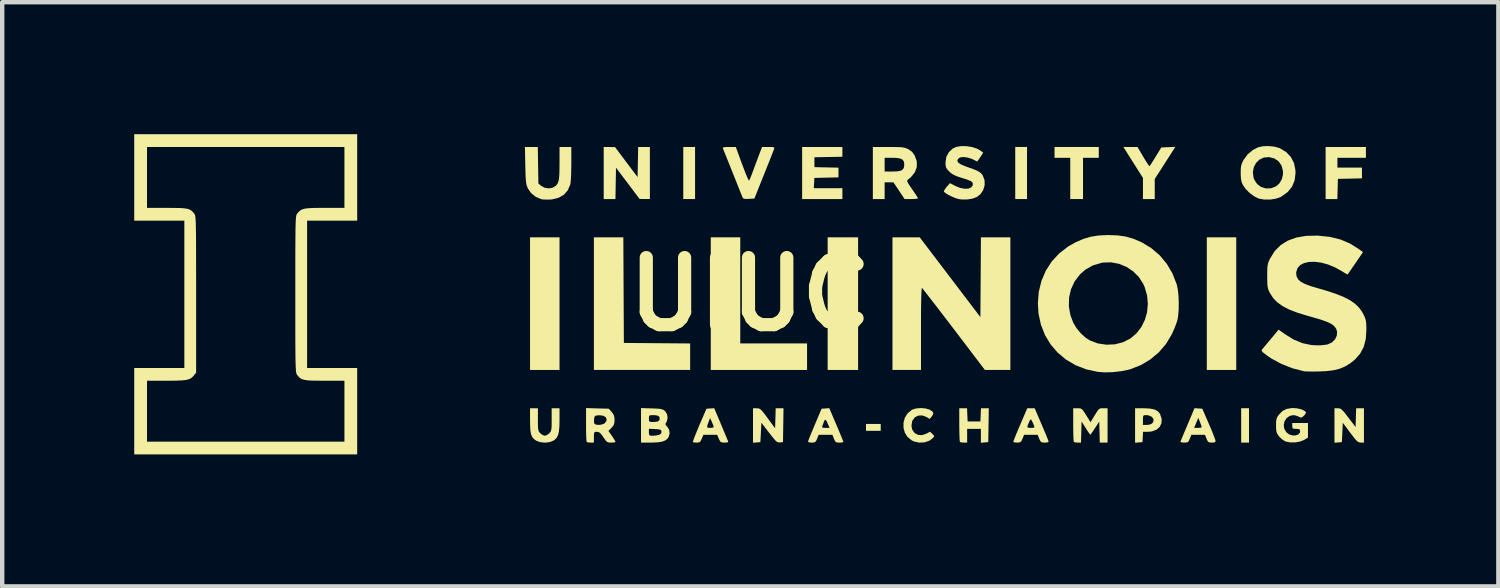
<source format=kicad_pcb>
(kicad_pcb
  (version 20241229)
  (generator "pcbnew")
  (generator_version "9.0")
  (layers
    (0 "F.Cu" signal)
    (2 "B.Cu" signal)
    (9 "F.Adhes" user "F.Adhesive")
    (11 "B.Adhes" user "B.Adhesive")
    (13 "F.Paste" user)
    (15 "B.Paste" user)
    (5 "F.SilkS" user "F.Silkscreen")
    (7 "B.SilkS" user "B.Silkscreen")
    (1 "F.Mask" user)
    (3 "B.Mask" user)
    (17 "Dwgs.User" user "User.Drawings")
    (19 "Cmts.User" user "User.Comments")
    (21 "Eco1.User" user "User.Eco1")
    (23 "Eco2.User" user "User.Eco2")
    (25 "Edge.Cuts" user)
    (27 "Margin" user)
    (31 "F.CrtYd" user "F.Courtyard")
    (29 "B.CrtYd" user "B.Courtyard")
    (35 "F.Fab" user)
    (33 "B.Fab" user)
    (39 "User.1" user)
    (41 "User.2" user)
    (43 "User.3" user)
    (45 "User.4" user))
  (footprint "UIUC"
    (layer "F.Cu")
    (at 13.995 3.638)
    (property "Reference" "UIUC" (at 0 0 0) (layer "F.SilkS") (effects (font (size 1.524 1.524) (thickness 0.3))))
    (attr board_only exclude_from_pos_files exclude_from_bom)
    (fp_poly (pts (xy -4.33 1.719) (xy -5 1.719) (xy -5 -1.295) (xy -4.33 -1.295)) (stroke (width 0) (type solid)) (fill yes) (layer "F.SilkS"))
    (fp_poly (pts (xy -1.25 -2.165) (xy -1.518 -2.165) (xy -1.518 -3.348) (xy -1.25 -3.348)) (stroke (width 0) (type solid)) (fill yes) (layer "F.SilkS"))
    (fp_poly (pts (xy 2.455 1.719) (xy 1.763 1.719) (xy 1.763 -1.295) (xy 2.455 -1.295)) (stroke (width 0) (type solid)) (fill yes) (layer "F.SilkS"))
    (fp_poly (pts (xy 2.969 3.102) (xy 2.634 3.102) (xy 2.634 2.946) (xy 2.969 2.946)) (stroke (width 0) (type solid)) (fill yes) (layer "F.SilkS"))
    (fp_poly (pts (xy 6.294 -2.165) (xy 6.026 -2.165) (xy 6.026 -3.348) (xy 6.294 -3.348)) (stroke (width 0) (type solid)) (fill yes) (layer "F.SilkS"))
    (fp_poly (pts (xy 11.048 1.719) (xy 10.379 1.719) (xy 10.379 -1.295) (xy 11.048 -1.295)) (stroke (width 0) (type solid)) (fill yes) (layer "F.SilkS"))
    (fp_poly (pts (xy 11.338 3.37) (xy 11.16 3.37) (xy 11.16 2.589) (xy 11.338 2.589)) (stroke (width 0) (type solid)) (fill yes) (layer "F.SilkS"))
    (fp_poly (pts (xy -0.223 1.116) (xy 1.295 1.116) (xy 1.295 1.719) (xy -0.893 1.719) (xy -0.893 -1.295) (xy -0.223 -1.295)) (stroke (width 0) (type solid)) (fill yes) (layer "F.SilkS"))
    (fp_poly (pts (xy -2.874 -0.095) (xy -2.868 1.105) (xy -2.115 1.111) (xy -1.362 1.117) (xy -1.362 1.719) (xy -3.549 1.719) (xy -3.549 -1.295) (xy -2.88 -1.295)) (stroke (width 0) (type solid)) (fill yes) (layer "F.SilkS"))
    (fp_poly (pts (xy 7.924 -3.102) (xy 7.566 -3.102) (xy 7.566 -2.165) (xy 7.276 -2.165) (xy 7.276 -3.102) (xy 6.919 -3.102) (xy 6.919 -3.348) (xy 7.924 -3.348)) (stroke (width 0) (type solid)) (fill yes) (layer "F.SilkS"))
    (fp_poly (pts (xy -2.277 -2.165) (xy -2.394 -2.166) (xy -2.511 -2.167) (xy -3.047 -2.878) (xy -3.059 -2.165) (xy -3.326 -2.165) (xy -3.326 -3.348) (xy -3.197 -3.347) (xy -3.069 -3.346) (xy -2.556 -2.663) (xy -2.543 -3.348) (xy -2.277 -3.348)) (stroke (width 0) (type solid)) (fill yes) (layer "F.SilkS"))
    (fp_poly (pts (xy 13.995 -3.102) (xy 13.347 -3.102) (xy 13.347 -2.879) (xy 13.905 -2.879) (xy 13.905 -2.635) (xy 13.632 -2.629) (xy 13.358 -2.623) (xy 13.352 -2.394) (xy 13.346 -2.165) (xy 13.079 -2.165) (xy 13.079 -3.348) (xy 13.995 -3.348)) (stroke (width 0) (type solid)) (fill yes) (layer "F.SilkS"))
    (fp_poly (pts (xy 2.098 -3.126) (xy 1.78 -3.12) (xy 1.462 -3.114) (xy 1.462 -2.89) (xy 1.735 -2.884) (xy 2.009 -2.878) (xy 2.009 -2.657) (xy 1.735 -2.651) (xy 1.462 -2.645) (xy 1.455 -2.528) (xy 1.448 -2.411) (xy 2.098 -2.411) (xy 2.098 -2.165) (xy 1.183 -2.165) (xy 1.183 -3.348) (xy 2.098 -3.348)) (stroke (width 0) (type solid)) (fill yes) (layer "F.SilkS"))
    (fp_poly (pts (xy 9.43 -2.985) (xy 9.196 -2.62) (xy 9.196 -2.165) (xy 8.928 -2.165) (xy 8.928 -2.405) (xy 8.928 -2.645) (xy 8.706 -2.996) (xy 8.483 -3.348) (xy 8.644 -3.348) (xy 8.805 -3.347) (xy 8.936 -3.123) (xy 8.989 -3.037) (xy 9.033 -2.968) (xy 9.065 -2.924) (xy 9.079 -2.911) (xy 9.095 -2.934) (xy 9.128 -2.986) (xy 9.175 -3.06) (xy 9.218 -3.13) (xy 9.345 -3.337) (xy 9.664 -3.35)) (stroke (width 0) (type solid)) (fill yes) (layer "F.SilkS"))
    (fp_poly (pts (xy 4.937 2.74) (xy 4.944 2.89) (xy 5.234 2.89) (xy 5.247 2.589) (xy 5.425 2.589) (xy 5.419 2.974) (xy 5.413 3.359) (xy 5.329 3.366) (xy 5.245 3.373) (xy 5.245 3.058) (xy 4.933 3.058) (xy 4.933 3.37) (xy 4.858 3.37) (xy 4.803 3.366) (xy 4.77 3.356) (xy 4.769 3.355) (xy 4.764 3.329) (xy 4.76 3.266) (xy 4.757 3.174) (xy 4.755 3.059) (xy 4.754 2.965) (xy 4.754 2.589) (xy 4.931 2.589)) (stroke (width 0) (type solid)) (fill yes) (layer "F.SilkS"))
    (fp_poly (pts (xy 13.392 2.592) (xy 13.423 2.604) (xy 13.457 2.631) (xy 13.501 2.679) (xy 13.56 2.755) (xy 13.597 2.803) (xy 13.76 3.016) (xy 13.773 2.589) (xy 13.95 2.589) (xy 13.95 3.37) (xy 13.877 3.369) (xy 13.845 3.366) (xy 13.814 3.352) (xy 13.779 3.322) (xy 13.734 3.271) (xy 13.673 3.191) (xy 13.637 3.144) (xy 13.47 2.919) (xy 13.459 3.139) (xy 13.448 3.359) (xy 13.364 3.366) (xy 13.28 3.373) (xy 13.28 2.589) (xy 13.357 2.589)) (stroke (width 0) (type solid)) (fill yes) (layer "F.SilkS"))
    (fp_poly (pts (xy 0.754 2.974) (xy 0.748 3.359) (xy 0.677 3.366) (xy 0.646 3.366) (xy 0.618 3.357) (xy 0.586 3.333) (xy 0.545 3.288) (xy 0.488 3.217) (xy 0.432 3.145) (xy 0.257 2.918) (xy 0.246 3.138) (xy 0.234 3.359) (xy 0.151 3.366) (xy 0.067 3.373) (xy 0.067 2.589) (xy 0.151 2.59) (xy 0.187 2.592) (xy 0.217 2.602) (xy 0.249 2.625) (xy 0.288 2.668) (xy 0.341 2.735) (xy 0.402 2.818) (xy 0.569 3.045) (xy 0.576 2.817) (xy 0.582 2.589) (xy 0.76 2.589)) (stroke (width 0) (type solid)) (fill yes) (layer "F.SilkS"))
    (fp_poly (pts (xy 4.545 -0.388) (xy 5.234 0.518) (xy 5.24 -0.388) (xy 5.246 -1.295) (xy 5.915 -1.295) (xy 5.915 1.719) (xy 5.336 1.719) (xy 4.632 0.793) (xy 4.496 0.615) (xy 4.368 0.448) (xy 4.25 0.294) (xy 4.145 0.159) (xy 4.056 0.044) (xy 3.985 -0.047) (xy 3.935 -0.11) (xy 3.909 -0.142) (xy 3.905 -0.146) (xy 3.9 -0.127) (xy 3.895 -0.066) (xy 3.891 0.037) (xy 3.888 0.18) (xy 3.885 0.361) (xy 3.884 0.579) (xy 3.884 0.78) (xy 3.884 1.719) (xy 3.236 1.719) (xy 3.236 -1.295) (xy 3.855 -1.295)) (stroke (width 0) (type solid)) (fill yes) (layer "F.SilkS"))
    (fp_poly (pts (xy 9.083 2.596) (xy 9.189 2.617) (xy 9.263 2.655) (xy 9.312 2.711) (xy 9.317 2.72) (xy 9.353 2.829) (xy 9.349 2.929) (xy 9.308 3.014) (xy 9.233 3.078) (xy 9.129 3.116) (xy 9.042 3.125) (xy 8.93 3.125) (xy 8.924 3.242) (xy 8.917 3.359) (xy 8.833 3.366) (xy 8.749 3.373) (xy 8.749 2.969) (xy 8.928 2.969) (xy 9.016 2.969) (xy 9.085 2.959) (xy 9.135 2.937) (xy 9.138 2.933) (xy 9.17 2.879) (xy 9.163 2.825) (xy 9.123 2.78) (xy 9.056 2.751) (xy 9.001 2.745) (xy 8.958 2.747) (xy 8.936 2.761) (xy 8.929 2.798) (xy 8.928 2.857) (xy 8.928 2.969) (xy 8.749 2.969) (xy 8.749 2.589) (xy 8.94 2.589)) (stroke (width 0) (type solid)) (fill yes) (layer "F.SilkS"))
    (fp_poly (pts (xy -4.821 2.847) (xy -4.821 2.958) (xy -4.818 3.035) (xy -4.811 3.085) (xy -4.799 3.119) (xy -4.78 3.145) (xy -4.766 3.159) (xy -4.716 3.197) (xy -4.667 3.214) (xy -4.665 3.214) (xy -4.618 3.199) (xy -4.566 3.162) (xy -4.563 3.159) (xy -4.54 3.133) (xy -4.524 3.104) (xy -4.515 3.064) (xy -4.51 3.002) (xy -4.509 2.91) (xy -4.509 2.847) (xy -4.509 2.589) (xy -4.33 2.589) (xy -4.33 2.858) (xy -4.333 3.007) (xy -4.344 3.119) (xy -4.364 3.202) (xy -4.396 3.262) (xy -4.442 3.307) (xy -4.468 3.325) (xy -4.56 3.36) (xy -4.67 3.371) (xy -4.779 3.358) (xy -4.859 3.327) (xy -4.913 3.288) (xy -4.951 3.241) (xy -4.977 3.18) (xy -4.992 3.096) (xy -4.998 2.981) (xy -5 2.869) (xy -5 2.589) (xy -4.821 2.589)) (stroke (width 0) (type solid)) (fill yes) (layer "F.SilkS"))
    (fp_poly (pts (xy 7.49 2.591) (xy 7.525 2.6) (xy 7.555 2.625) (xy 7.59 2.672) (xy 7.638 2.747) (xy 7.737 2.906) (xy 7.833 2.747) (xy 7.881 2.67) (xy 7.915 2.623) (xy 7.944 2.599) (xy 7.979 2.59) (xy 8.027 2.589) (xy 8.124 2.589) (xy 8.124 3.37) (xy 7.947 3.37) (xy 7.941 3.131) (xy 7.935 2.892) (xy 7.837 3.042) (xy 7.791 3.112) (xy 7.754 3.164) (xy 7.734 3.19) (xy 7.732 3.192) (xy 7.717 3.174) (xy 7.685 3.128) (xy 7.641 3.062) (xy 7.628 3.041) (xy 7.533 2.89) (xy 7.527 3.13) (xy 7.52 3.37) (xy 7.447 3.37) (xy 7.392 3.366) (xy 7.359 3.356) (xy 7.358 3.355) (xy 7.353 3.329) (xy 7.349 3.266) (xy 7.346 3.174) (xy 7.344 3.059) (xy 7.343 2.965) (xy 7.343 2.589) (xy 7.441 2.589)) (stroke (width 0) (type solid)) (fill yes) (layer "F.SilkS"))
    (fp_poly (pts (xy 3.984 2.593) (xy 4.072 2.618) (xy 4.088 2.626) (xy 4.146 2.666) (xy 4.165 2.703) (xy 4.149 2.747) (xy 4.129 2.774) (xy 4.083 2.833) (xy 4.011 2.789) (xy 3.917 2.753) (xy 3.827 2.755) (xy 3.749 2.792) (xy 3.694 2.863) (xy 3.683 2.891) (xy 3.667 2.994) (xy 3.688 3.082) (xy 3.738 3.15) (xy 3.811 3.192) (xy 3.899 3.201) (xy 3.996 3.172) (xy 3.999 3.17) (xy 4.09 3.122) (xy 4.143 3.172) (xy 4.178 3.208) (xy 4.181 3.233) (xy 4.157 3.265) (xy 4.071 3.329) (xy 3.962 3.365) (xy 3.842 3.37) (xy 3.725 3.344) (xy 3.672 3.319) (xy 3.579 3.243) (xy 3.517 3.145) (xy 3.487 3.033) (xy 3.487 2.916) (xy 3.518 2.804) (xy 3.58 2.705) (xy 3.672 2.629) (xy 3.687 2.62) (xy 3.772 2.594) (xy 3.877 2.585)) (stroke (width 0) (type solid)) (fill yes) (layer "F.SilkS"))
    (fp_poly (pts (xy -4.817 -2.933) (xy -4.81 -2.518) (xy -4.747 -2.464) (xy -4.667 -2.421) (xy -4.574 -2.407) (xy -4.484 -2.423) (xy -4.414 -2.467) (xy -4.385 -2.5) (xy -4.364 -2.538) (xy -4.349 -2.587) (xy -4.339 -2.656) (xy -4.333 -2.749) (xy -4.331 -2.875) (xy -4.33 -3.005) (xy -4.33 -3.348) (xy -4.062 -3.348) (xy -4.062 -2.963) (xy -4.064 -2.83) (xy -4.067 -2.707) (xy -4.073 -2.603) (xy -4.079 -2.528) (xy -4.085 -2.497) (xy -4.142 -2.365) (xy -4.231 -2.263) (xy -4.351 -2.194) (xy -4.498 -2.157) (xy -4.535 -2.154) (xy -4.623 -2.152) (xy -4.705 -2.156) (xy -4.749 -2.163) (xy -4.873 -2.216) (xy -4.978 -2.303) (xy -5.047 -2.403) (xy -5.066 -2.445) (xy -5.079 -2.486) (xy -5.089 -2.536) (xy -5.096 -2.601) (xy -5.101 -2.69) (xy -5.105 -2.809) (xy -5.108 -2.929) (xy -5.116 -3.348) (xy -4.824 -3.348)) (stroke (width 0) (type solid)) (fill yes) (layer "F.SilkS"))
    (fp_poly (pts (xy 10.188 2.594) (xy 10.277 2.6) (xy 10.427 2.946) (xy 10.477 3.063) (xy 10.52 3.168) (xy 10.553 3.254) (xy 10.573 3.311) (xy 10.578 3.331) (xy 10.569 3.358) (xy 10.533 3.369) (xy 10.494 3.37) (xy 10.438 3.366) (xy 10.405 3.347) (xy 10.38 3.3) (xy 10.373 3.281) (xy 10.338 3.192) (xy 10.028 3.192) (xy 9.993 3.281) (xy 9.968 3.337) (xy 9.939 3.363) (xy 9.89 3.37) (xy 9.865 3.37) (xy 9.81 3.366) (xy 9.781 3.355) (xy 9.78 3.349) (xy 9.791 3.323) (xy 9.816 3.262) (xy 9.852 3.174) (xy 9.898 3.066) (xy 9.911 3.035) (xy 10.091 3.035) (xy 10.181 3.035) (xy 10.237 3.033) (xy 10.259 3.022) (xy 10.257 2.994) (xy 10.255 2.987) (xy 10.234 2.929) (xy 10.212 2.874) (xy 10.185 2.809) (xy 10.138 2.922) (xy 10.091 3.035) (xy 9.911 3.035) (xy 9.943 2.958) (xy 10.1 2.588)) (stroke (width 0) (type solid)) (fill yes) (layer "F.SilkS"))
    (fp_poly (pts (xy 1.96 2.962) (xy 2.011 3.082) (xy 2.055 3.188) (xy 2.09 3.273) (xy 2.113 3.331) (xy 2.12 3.354) (xy 2.101 3.364) (xy 2.051 3.37) (xy 2.031 3.37) (xy 1.973 3.367) (xy 1.94 3.348) (xy 1.914 3.302) (xy 1.906 3.281) (xy 1.87 3.192) (xy 1.559 3.192) (xy 1.524 3.281) (xy 1.498 3.338) (xy 1.469 3.363) (xy 1.421 3.37) (xy 1.403 3.37) (xy 1.348 3.365) (xy 1.319 3.353) (xy 1.317 3.349) (xy 1.325 3.322) (xy 1.348 3.262) (xy 1.383 3.174) (xy 1.428 3.067) (xy 1.447 3.021) (xy 1.637 3.021) (xy 1.658 3.033) (xy 1.715 3.035) (xy 1.806 3.035) (xy 1.771 2.952) (xy 1.739 2.881) (xy 1.715 2.851) (xy 1.696 2.858) (xy 1.679 2.894) (xy 1.657 2.954) (xy 1.64 2.996) (xy 1.637 3.021) (xy 1.447 3.021) (xy 1.471 2.964) (xy 1.625 2.6) (xy 1.712 2.594) (xy 1.8 2.587)) (stroke (width 0) (type solid)) (fill yes) (layer "F.SilkS"))
    (fp_poly (pts (xy -0.658 2.959) (xy -0.608 3.08) (xy -0.563 3.186) (xy -0.528 3.271) (xy -0.504 3.328) (xy -0.495 3.351) (xy -0.51 3.363) (xy -0.556 3.37) (xy -0.58 3.37) (xy -0.64 3.367) (xy -0.674 3.349) (xy -0.7 3.304) (xy -0.71 3.281) (xy -0.748 3.192) (xy -1.06 3.192) (xy -1.098 3.281) (xy -1.126 3.338) (xy -1.156 3.364) (xy -1.204 3.37) (xy -1.211 3.37) (xy -1.266 3.367) (xy -1.298 3.359) (xy -1.3 3.358) (xy -1.295 3.334) (xy -1.275 3.277) (xy -1.242 3.192) (xy -1.199 3.086) (xy -1.17 3.016) (xy -0.977 3.016) (xy -0.962 3.032) (xy -0.921 3.035) (xy -0.904 3.035) (xy -0.852 3.031) (xy -0.827 3.018) (xy -0.826 3.016) (xy -0.834 2.985) (xy -0.856 2.93) (xy -0.867 2.903) (xy -0.909 2.811) (xy -0.945 2.907) (xy -0.971 2.978) (xy -0.977 3.016) (xy -1.17 3.016) (xy -1.152 2.973) (xy -0.991 2.6) (xy -0.903 2.594) (xy -0.815 2.588)) (stroke (width 0) (type solid)) (fill yes) (layer "F.SilkS"))
    (fp_poly (pts (xy 6.626 2.959) (xy 6.677 3.079) (xy 6.722 3.185) (xy 6.756 3.27) (xy 6.778 3.327) (xy 6.785 3.35) (xy 6.765 3.363) (xy 6.716 3.37) (xy 6.696 3.37) (xy 6.638 3.367) (xy 6.605 3.348) (xy 6.579 3.302) (xy 6.571 3.281) (xy 6.535 3.192) (xy 6.227 3.192) (xy 6.191 3.281) (xy 6.165 3.337) (xy 6.136 3.363) (xy 6.088 3.37) (xy 6.069 3.37) (xy 6.014 3.366) (xy 5.984 3.354) (xy 5.982 3.35) (xy 5.99 3.323) (xy 6.014 3.263) (xy 6.049 3.176) (xy 6.094 3.068) (xy 6.116 3.017) (xy 6.301 3.017) (xy 6.32 3.032) (xy 6.367 3.035) (xy 6.383 3.035) (xy 6.439 3.034) (xy 6.46 3.023) (xy 6.456 2.994) (xy 6.45 2.978) (xy 6.423 2.914) (xy 6.402 2.872) (xy 6.385 2.845) (xy 6.37 2.846) (xy 6.351 2.881) (xy 6.337 2.913) (xy 6.308 2.981) (xy 6.301 3.017) (xy 6.116 3.017) (xy 6.141 2.959) (xy 6.299 2.589) (xy 6.468 2.589)) (stroke (width 0) (type solid)) (fill yes) (layer "F.SilkS"))
    (fp_poly (pts (xy 0.494 -3.347) (xy 0.536 -3.341) (xy 0.551 -3.328) (xy 0.549 -3.309) (xy 0.537 -3.278) (xy 0.512 -3.212) (xy 0.474 -3.117) (xy 0.427 -2.997) (xy 0.372 -2.86) (xy 0.317 -2.723) (xy 0.098 -2.176) (xy -0.029 -2.169) (xy -0.103 -2.167) (xy -0.144 -2.174) (xy -0.166 -2.192) (xy -0.176 -2.214) (xy -0.19 -2.249) (xy -0.218 -2.318) (xy -0.257 -2.416) (xy -0.305 -2.537) (xy -0.36 -2.674) (xy -0.402 -2.779) (xy -0.459 -2.922) (xy -0.511 -3.051) (xy -0.555 -3.162) (xy -0.59 -3.248) (xy -0.612 -3.303) (xy -0.619 -3.32) (xy -0.612 -3.336) (xy -0.574 -3.345) (xy -0.499 -3.348) (xy -0.477 -3.348) (xy -0.324 -3.348) (xy -0.181 -2.956) (xy -0.135 -2.835) (xy -0.094 -2.73) (xy -0.06 -2.649) (xy -0.035 -2.598) (xy -0.023 -2.582) (xy -0.022 -2.583) (xy -0.009 -2.61) (xy 0.016 -2.669) (xy 0.048 -2.75) (xy 0.067 -2.801) (xy 0.109 -2.916) (xy 0.156 -3.041) (xy 0.198 -3.153) (xy 0.206 -3.175) (xy 0.272 -3.348) (xy 0.416 -3.348)) (stroke (width 0) (type solid)) (fill yes) (layer "F.SilkS"))
    (fp_poly (pts (xy 3.278 -3.347) (xy 3.378 -3.345) (xy 3.45 -3.341) (xy 3.504 -3.332) (xy 3.547 -3.319) (xy 3.588 -3.301) (xy 3.594 -3.298) (xy 3.68 -3.24) (xy 3.739 -3.157) (xy 3.744 -3.148) (xy 3.789 -3.018) (xy 3.789 -2.893) (xy 3.746 -2.775) (xy 3.66 -2.667) (xy 3.588 -2.606) (xy 3.573 -2.591) (xy 3.571 -2.569) (xy 3.586 -2.534) (xy 3.62 -2.479) (xy 3.677 -2.396) (xy 3.682 -2.388) (xy 3.738 -2.308) (xy 3.782 -2.241) (xy 3.809 -2.196) (xy 3.816 -2.182) (xy 3.796 -2.173) (xy 3.743 -2.167) (xy 3.667 -2.165) (xy 3.664 -2.165) (xy 3.511 -2.165) (xy 3.385 -2.355) (xy 3.258 -2.544) (xy 3.058 -2.544) (xy 3.058 -2.165) (xy 2.79 -2.165) (xy 2.79 -2.79) (xy 3.058 -2.79) (xy 3.231 -2.79) (xy 3.345 -2.794) (xy 3.421 -2.809) (xy 3.455 -2.825) (xy 3.491 -2.866) (xy 3.504 -2.931) (xy 3.504 -2.946) (xy 3.496 -3.014) (xy 3.466 -3.059) (xy 3.41 -3.087) (xy 3.32 -3.1) (xy 3.231 -3.102) (xy 3.058 -3.102) (xy 3.058 -2.79) (xy 2.79 -2.79) (xy 2.79 -3.348) (xy 3.142 -3.348)) (stroke (width 0) (type solid)) (fill yes) (layer "F.SilkS"))
    (fp_poly (pts (xy 12.433 2.592) (xy 12.517 2.611) (xy 12.585 2.639) (xy 12.626 2.67) (xy 12.633 2.688) (xy 12.618 2.721) (xy 12.582 2.763) (xy 12.581 2.764) (xy 12.541 2.796) (xy 12.508 2.799) (xy 12.464 2.779) (xy 12.402 2.755) (xy 12.35 2.745) (xy 12.26 2.764) (xy 12.191 2.815) (xy 12.145 2.888) (xy 12.127 2.973) (xy 12.141 3.061) (xy 12.191 3.14) (xy 12.252 3.184) (xy 12.324 3.206) (xy 12.396 3.206) (xy 12.456 3.186) (xy 12.493 3.146) (xy 12.499 3.114) (xy 12.494 3.078) (xy 12.472 3.062) (xy 12.418 3.058) (xy 12.41 3.058) (xy 12.353 3.055) (xy 12.327 3.041) (xy 12.321 3.005) (xy 12.321 2.991) (xy 12.321 2.924) (xy 12.678 2.924) (xy 12.678 3.255) (xy 12.594 3.307) (xy 12.502 3.345) (xy 12.39 3.365) (xy 12.274 3.366) (xy 12.174 3.346) (xy 12.146 3.334) (xy 12.084 3.291) (xy 12.023 3.232) (xy 12.012 3.218) (xy 11.98 3.169) (xy 11.961 3.12) (xy 11.954 3.055) (xy 11.952 2.98) (xy 11.954 2.891) (xy 11.964 2.83) (xy 11.984 2.782) (xy 12.015 2.738) (xy 12.098 2.653) (xy 12.194 2.604) (xy 12.315 2.585) (xy 12.344 2.585)) (stroke (width 0) (type solid)) (fill yes) (layer "F.SilkS"))
    (fp_poly (pts (xy -3.469 2.593) (xy -3.21 2.6) (xy -3.145 2.673) (xy -3.102 2.731) (xy -3.084 2.792) (xy -3.08 2.856) (xy -3.085 2.93) (xy -3.106 2.983) (xy -3.149 3.034) (xy -3.219 3.104) (xy -3.138 3.22) (xy -3.096 3.284) (xy -3.067 3.332) (xy -3.058 3.354) (xy -3.078 3.364) (xy -3.128 3.37) (xy -3.155 3.37) (xy -3.209 3.368) (xy -3.246 3.355) (xy -3.28 3.324) (xy -3.322 3.265) (xy -3.334 3.248) (xy -3.383 3.179) (xy -3.42 3.142) (xy -3.457 3.127) (xy -3.482 3.125) (xy -3.52 3.127) (xy -3.54 3.14) (xy -3.548 3.176) (xy -3.549 3.246) (xy -3.549 3.37) (xy -3.623 3.37) (xy -3.678 3.366) (xy -3.712 3.356) (xy -3.713 3.355) (xy -3.717 3.329) (xy -3.722 3.266) (xy -3.725 3.173) (xy -3.727 3.059) (xy -3.727 2.963) (xy -3.727 2.892) (xy -3.546 2.892) (xy -3.54 2.936) (xy -3.54 2.937) (xy -3.51 2.959) (xy -3.454 2.968) (xy -3.388 2.963) (xy -3.327 2.944) (xy -3.308 2.934) (xy -3.269 2.886) (xy -3.259 2.844) (xy -3.279 2.793) (xy -3.334 2.76) (xy -3.419 2.748) (xy -3.458 2.75) (xy -3.512 2.759) (xy -3.536 2.783) (xy -3.545 2.831) (xy -3.546 2.892) (xy -3.727 2.892) (xy -3.727 2.585)) (stroke (width 0) (type solid)) (fill yes) (layer "F.SilkS"))
    (fp_poly (pts (xy 11.914 -3.356) (xy 12.026 -3.325) (xy 12.042 -3.318) (xy 12.186 -3.23) (xy 12.292 -3.117) (xy 12.362 -2.979) (xy 12.393 -2.818) (xy 12.395 -2.755) (xy 12.375 -2.59) (xy 12.316 -2.446) (xy 12.217 -2.324) (xy 12.08 -2.225) (xy 12.048 -2.207) (xy 11.945 -2.172) (xy 11.82 -2.153) (xy 11.689 -2.153) (xy 11.573 -2.172) (xy 11.56 -2.176) (xy 11.457 -2.225) (xy 11.352 -2.303) (xy 11.26 -2.397) (xy 11.198 -2.486) (xy 11.171 -2.55) (xy 11.156 -2.621) (xy 11.15 -2.716) (xy 11.149 -2.757) (xy 11.15 -2.779) (xy 11.426 -2.779) (xy 11.439 -2.659) (xy 11.458 -2.605) (xy 11.522 -2.507) (xy 11.611 -2.44) (xy 11.718 -2.406) (xy 11.834 -2.409) (xy 11.949 -2.451) (xy 11.952 -2.452) (xy 12.027 -2.518) (xy 12.082 -2.612) (xy 12.11 -2.721) (xy 12.11 -2.801) (xy 12.077 -2.925) (xy 12.011 -3.022) (xy 11.915 -3.087) (xy 11.794 -3.118) (xy 11.792 -3.118) (xy 11.676 -3.108) (xy 11.577 -3.062) (xy 11.499 -2.987) (xy 11.447 -2.89) (xy 11.426 -2.779) (xy 11.15 -2.779) (xy 11.151 -2.854) (xy 11.16 -2.924) (xy 11.18 -2.985) (xy 11.214 -3.054) (xy 11.216 -3.056) (xy 11.306 -3.179) (xy 11.427 -3.28) (xy 11.546 -3.341) (xy 11.655 -3.365) (xy 11.784 -3.369)) (stroke (width 0) (type solid)) (fill yes) (layer "F.SilkS"))
    (fp_poly (pts (xy -2.234 2.593) (xy -2.124 2.597) (xy -2.05 2.603) (xy -2 2.613) (xy -1.965 2.628) (xy -1.936 2.651) (xy -1.932 2.654) (xy -1.888 2.723) (xy -1.874 2.807) (xy -1.891 2.888) (xy -1.906 2.914) (xy -1.924 2.947) (xy -1.913 2.976) (xy -1.884 3.006) (xy -1.84 3.075) (xy -1.828 3.158) (xy -1.849 3.239) (xy -1.886 3.29) (xy -1.934 3.324) (xy -1.998 3.348) (xy -2.084 3.362) (xy -2.203 3.369) (xy -2.293 3.37) (xy -2.478 3.37) (xy -2.478 3.056) (xy -2.299 3.056) (xy -2.299 3.135) (xy -2.296 3.186) (xy -2.279 3.208) (xy -2.235 3.214) (xy -2.211 3.214) (xy -2.137 3.208) (xy -2.071 3.194) (xy -2.064 3.192) (xy -2.021 3.163) (xy -2.013 3.12) (xy -2.013 3.119) (xy -2.021 3.091) (xy -2.044 3.075) (xy -2.091 3.067) (xy -2.159 3.062) (xy -2.299 3.056) (xy -2.478 3.056) (xy -2.478 2.823) (xy -2.299 2.823) (xy -2.296 2.874) (xy -2.279 2.896) (xy -2.235 2.901) (xy -2.211 2.902) (xy -2.145 2.898) (xy -2.095 2.89) (xy -2.089 2.888) (xy -2.061 2.857) (xy -2.053 2.823) (xy -2.064 2.781) (xy -2.102 2.756) (xy -2.174 2.746) (xy -2.211 2.745) (xy -2.268 2.748) (xy -2.293 2.763) (xy -2.299 2.803) (xy -2.299 2.823) (xy -2.478 2.823) (xy -2.478 2.585)) (stroke (width 0) (type solid)) (fill yes) (layer "F.SilkS"))
    (fp_poly (pts (xy 4.921 -3.366) (xy 5.046 -3.346) (xy 5.16 -3.309) (xy 5.243 -3.261) (xy 5.297 -3.219) (xy 5.232 -3.116) (xy 5.195 -3.061) (xy 5.166 -3.026) (xy 5.156 -3.02) (xy 5.047 -3.074) (xy 4.94 -3.108) (xy 4.845 -3.12) (xy 4.77 -3.11) (xy 4.723 -3.075) (xy 4.723 -3.075) (xy 4.71 -3.033) (xy 4.728 -2.995) (xy 4.781 -2.957) (xy 4.872 -2.916) (xy 4.946 -2.889) (xy 5.064 -2.848) (xy 5.148 -2.814) (xy 5.206 -2.784) (xy 5.247 -2.752) (xy 5.278 -2.715) (xy 5.291 -2.694) (xy 5.329 -2.591) (xy 5.331 -2.48) (xy 5.299 -2.371) (xy 5.237 -2.277) (xy 5.157 -2.213) (xy 5.057 -2.175) (xy 4.934 -2.155) (xy 4.806 -2.155) (xy 4.735 -2.166) (xy 4.669 -2.186) (xy 4.591 -2.218) (xy 4.514 -2.256) (xy 4.449 -2.294) (xy 4.41 -2.326) (xy 4.403 -2.336) (xy 4.413 -2.364) (xy 4.444 -2.411) (xy 4.469 -2.442) (xy 4.542 -2.526) (xy 4.657 -2.466) (xy 4.767 -2.42) (xy 4.87 -2.399) (xy 4.958 -2.401) (xy 5.023 -2.427) (xy 5.059 -2.476) (xy 5.062 -2.491) (xy 5.062 -2.524) (xy 5.045 -2.552) (xy 5.006 -2.577) (xy 4.938 -2.605) (xy 4.835 -2.638) (xy 4.81 -2.646) (xy 4.7 -2.682) (xy 4.621 -2.718) (xy 4.561 -2.758) (xy 4.525 -2.79) (xy 4.476 -2.844) (xy 4.451 -2.891) (xy 4.442 -2.951) (xy 4.442 -2.996) (xy 4.46 -3.123) (xy 4.517 -3.229) (xy 4.604 -3.312) (xy 4.687 -3.35) (xy 4.797 -3.368)) (stroke (width 0) (type solid)) (fill yes) (layer "F.SilkS"))
    (fp_poly (pts (xy 8.353 -1.339) (xy 8.532 -1.313) (xy 8.7 -1.266) (xy 8.873 -1.194) (xy 8.894 -1.184) (xy 9.113 -1.053) (xy 9.306 -0.889) (xy 9.469 -0.694) (xy 9.599 -0.474) (xy 9.693 -0.232) (xy 9.703 -0.198) (xy 9.723 -0.089) (xy 9.736 0.049) (xy 9.742 0.202) (xy 9.739 0.353) (xy 9.728 0.489) (xy 9.713 0.58) (xy 9.689 0.655) (xy 9.652 0.753) (xy 9.606 0.859) (xy 9.58 0.915) (xy 9.452 1.128) (xy 9.289 1.318) (xy 9.097 1.479) (xy 8.881 1.608) (xy 8.646 1.701) (xy 8.588 1.717) (xy 8.422 1.749) (xy 8.24 1.769) (xy 8.061 1.774) (xy 7.906 1.763) (xy 7.641 1.706) (xy 7.398 1.612) (xy 7.18 1.484) (xy 6.99 1.325) (xy 6.83 1.139) (xy 6.702 0.927) (xy 6.61 0.693) (xy 6.555 0.44) (xy 6.544 0.275) (xy 7.244 0.275) (xy 7.28 0.476) (xy 7.344 0.645) (xy 7.419 0.77) (xy 7.518 0.889) (xy 7.63 0.99) (xy 7.723 1.049) (xy 7.901 1.116) (xy 8.094 1.145) (xy 8.289 1.137) (xy 8.476 1.089) (xy 8.64 1.006) (xy 8.778 0.89) (xy 8.889 0.748) (xy 8.971 0.584) (xy 9.022 0.406) (xy 9.039 0.218) (xy 9.022 0.026) (xy 8.967 -0.164) (xy 8.934 -0.238) (xy 8.835 -0.393) (xy 8.704 -0.523) (xy 8.55 -0.625) (xy 8.379 -0.694) (xy 8.2 -0.727) (xy 8.018 -0.721) (xy 7.987 -0.715) (xy 7.794 -0.658) (xy 7.627 -0.566) (xy 7.498 -0.454) (xy 7.376 -0.294) (xy 7.293 -0.116) (xy 7.249 0.076) (xy 7.244 0.275) (xy 6.544 0.275) (xy 6.54 0.212) (xy 6.56 -0.055) (xy 6.622 -0.306) (xy 6.721 -0.538) (xy 6.857 -0.748) (xy 7.028 -0.932) (xy 7.231 -1.089) (xy 7.399 -1.183) (xy 7.572 -1.258) (xy 7.74 -1.308) (xy 7.917 -1.336) (xy 8.119 -1.346) (xy 8.147 -1.346)) (stroke (width 0) (type solid)) (fill yes) (layer "F.SilkS"))
    (fp_poly (pts (xy -8.928 -1.674) (xy -10.066 -1.674) (xy -10.066 1.674) (xy -8.928 1.674) (xy -8.928 3.638) (xy -13.995 3.638) (xy -13.995 3.348) (xy -13.704 3.348) (xy -9.218 3.348) (xy -9.218 1.964) (xy -9.666 1.964) (xy -9.834 1.963) (xy -9.964 1.961) (xy -10.062 1.954) (xy -10.134 1.943) (xy -10.188 1.926) (xy -10.229 1.901) (xy -10.264 1.867) (xy -10.287 1.839) (xy -10.296 1.827) (xy -10.303 1.814) (xy -10.31 1.797) (xy -10.315 1.771) (xy -10.32 1.735) (xy -10.323 1.685) (xy -10.326 1.619) (xy -10.329 1.533) (xy -10.331 1.424) (xy -10.332 1.29) (xy -10.333 1.127) (xy -10.334 0.933) (xy -10.334 0.704) (xy -10.334 0.438) (xy -10.334 0.131) (xy -10.334 0) (xy -10.334 -0.323) (xy -10.334 -0.605) (xy -10.334 -0.848) (xy -10.333 -1.056) (xy -10.332 -1.23) (xy -10.331 -1.375) (xy -10.33 -1.493) (xy -10.327 -1.588) (xy -10.325 -1.662) (xy -10.321 -1.717) (xy -10.317 -1.759) (xy -10.312 -1.788) (xy -10.306 -1.808) (xy -10.299 -1.823) (xy -10.291 -1.834) (xy -10.287 -1.839) (xy -10.253 -1.879) (xy -10.217 -1.909) (xy -10.172 -1.932) (xy -10.113 -1.947) (xy -10.033 -1.957) (xy -9.926 -1.962) (xy -9.785 -1.964) (xy -9.666 -1.964) (xy -9.218 -1.964) (xy -9.218 -3.348) (xy -13.704 -3.348) (xy -13.704 -1.964) (xy -13.257 -1.964) (xy -13.089 -1.963) (xy -12.959 -1.961) (xy -12.861 -1.954) (xy -12.788 -1.943) (xy -12.735 -1.926) (xy -12.694 -1.901) (xy -12.659 -1.867) (xy -12.635 -1.839) (xy -12.627 -1.827) (xy -12.619 -1.814) (xy -12.613 -1.797) (xy -12.607 -1.771) (xy -12.603 -1.735) (xy -12.599 -1.685) (xy -12.596 -1.619) (xy -12.594 -1.533) (xy -12.592 -1.424) (xy -12.59 -1.29) (xy -12.59 -1.127) (xy -12.589 -0.933) (xy -12.589 -0.704) (xy -12.588 -0.438) (xy -12.588 -0.131) (xy -12.588 0) (xy -12.588 1.78) (xy -12.637 1.841) (xy -12.672 1.88) (xy -12.711 1.911) (xy -12.762 1.933) (xy -12.829 1.948) (xy -12.92 1.957) (xy -13.04 1.962) (xy -13.196 1.964) (xy -13.268 1.964) (xy -13.704 1.964) (xy -13.704 3.348) (xy -13.995 3.348) (xy -13.995 1.674) (xy -12.856 1.674) (xy -12.856 -1.674) (xy -13.995 -1.674) (xy -13.995 -3.638) (xy -8.928 -3.638)) (stroke (width 0) (type solid)) (fill yes) (layer "F.SilkS"))
    (fp_poly (pts (xy 12.909 -1.333) (xy 13.177 -1.305) (xy 13.419 -1.245) (xy 13.64 -1.15) (xy 13.833 -1.028) (xy 13.928 -0.959) (xy 13.757 -0.708) (xy 13.694 -0.616) (xy 13.64 -0.538) (xy 13.601 -0.482) (xy 13.582 -0.453) (xy 13.58 -0.451) (xy 13.561 -0.458) (xy 13.514 -0.485) (xy 13.449 -0.524) (xy 13.447 -0.526) (xy 13.29 -0.613) (xy 13.132 -0.678) (xy 12.978 -0.72) (xy 12.833 -0.739) (xy 12.702 -0.735) (xy 12.589 -0.71) (xy 12.5 -0.663) (xy 12.439 -0.594) (xy 12.411 -0.503) (xy 12.41 -0.478) (xy 12.42 -0.404) (xy 12.454 -0.34) (xy 12.515 -0.285) (xy 12.609 -0.235) (xy 12.739 -0.186) (xy 12.879 -0.145) (xy 13.122 -0.074) (xy 13.325 -0.006) (xy 13.493 0.062) (xy 13.63 0.132) (xy 13.74 0.208) (xy 13.828 0.291) (xy 13.898 0.384) (xy 13.944 0.466) (xy 13.973 0.53) (xy 13.991 0.589) (xy 14.001 0.655) (xy 14.005 0.743) (xy 14.005 0.815) (xy 13.991 1.02) (xy 13.944 1.197) (xy 13.863 1.349) (xy 13.746 1.482) (xy 13.638 1.568) (xy 13.52 1.64) (xy 13.397 1.692) (xy 13.258 1.726) (xy 13.093 1.746) (xy 12.934 1.753) (xy 12.82 1.755) (xy 12.718 1.755) (xy 12.638 1.753) (xy 12.591 1.749) (xy 12.588 1.749) (xy 12.329 1.682) (xy 12.077 1.583) (xy 11.845 1.458) (xy 11.735 1.382) (xy 11.668 1.331) (xy 11.634 1.297) (xy 11.625 1.273) (xy 11.636 1.252) (xy 11.661 1.221) (xy 11.709 1.165) (xy 11.771 1.09) (xy 11.838 1.01) (xy 12.011 0.803) (xy 12.152 0.904) (xy 12.354 1.029) (xy 12.555 1.111) (xy 12.76 1.153) (xy 12.89 1.16) (xy 12.983 1.157) (xy 13.07 1.148) (xy 13.127 1.138) (xy 13.221 1.094) (xy 13.292 1.025) (xy 13.333 0.941) (xy 13.34 0.852) (xy 13.322 0.791) (xy 13.292 0.744) (xy 13.251 0.702) (xy 13.192 0.664) (xy 13.111 0.626) (xy 13.001 0.586) (xy 12.858 0.542) (xy 12.677 0.491) (xy 12.675 0.49) (xy 12.446 0.421) (xy 12.257 0.349) (xy 12.104 0.27) (xy 11.982 0.183) (xy 11.886 0.084) (xy 11.813 -0.03) (xy 11.812 -0.031) (xy 11.786 -0.084) (xy 11.769 -0.132) (xy 11.759 -0.187) (xy 11.754 -0.26) (xy 11.752 -0.361) (xy 11.752 -0.413) (xy 11.752 -0.529) (xy 11.756 -0.612) (xy 11.764 -0.674) (xy 11.778 -0.727) (xy 11.801 -0.781) (xy 11.817 -0.813) (xy 11.922 -0.982) (xy 12.056 -1.117) (xy 12.219 -1.219) (xy 12.413 -1.29) (xy 12.637 -1.328) (xy 12.892 -1.334)) (stroke (width 0) (type solid)) (fill yes) (layer "F.SilkS")))
  (gr_rect
    (start -3 -3)
    (end 31 10.276)
    (stroke (width 0.1) (type default))
    (fill no)
    (layer "Edge.Cuts")))
</source>
